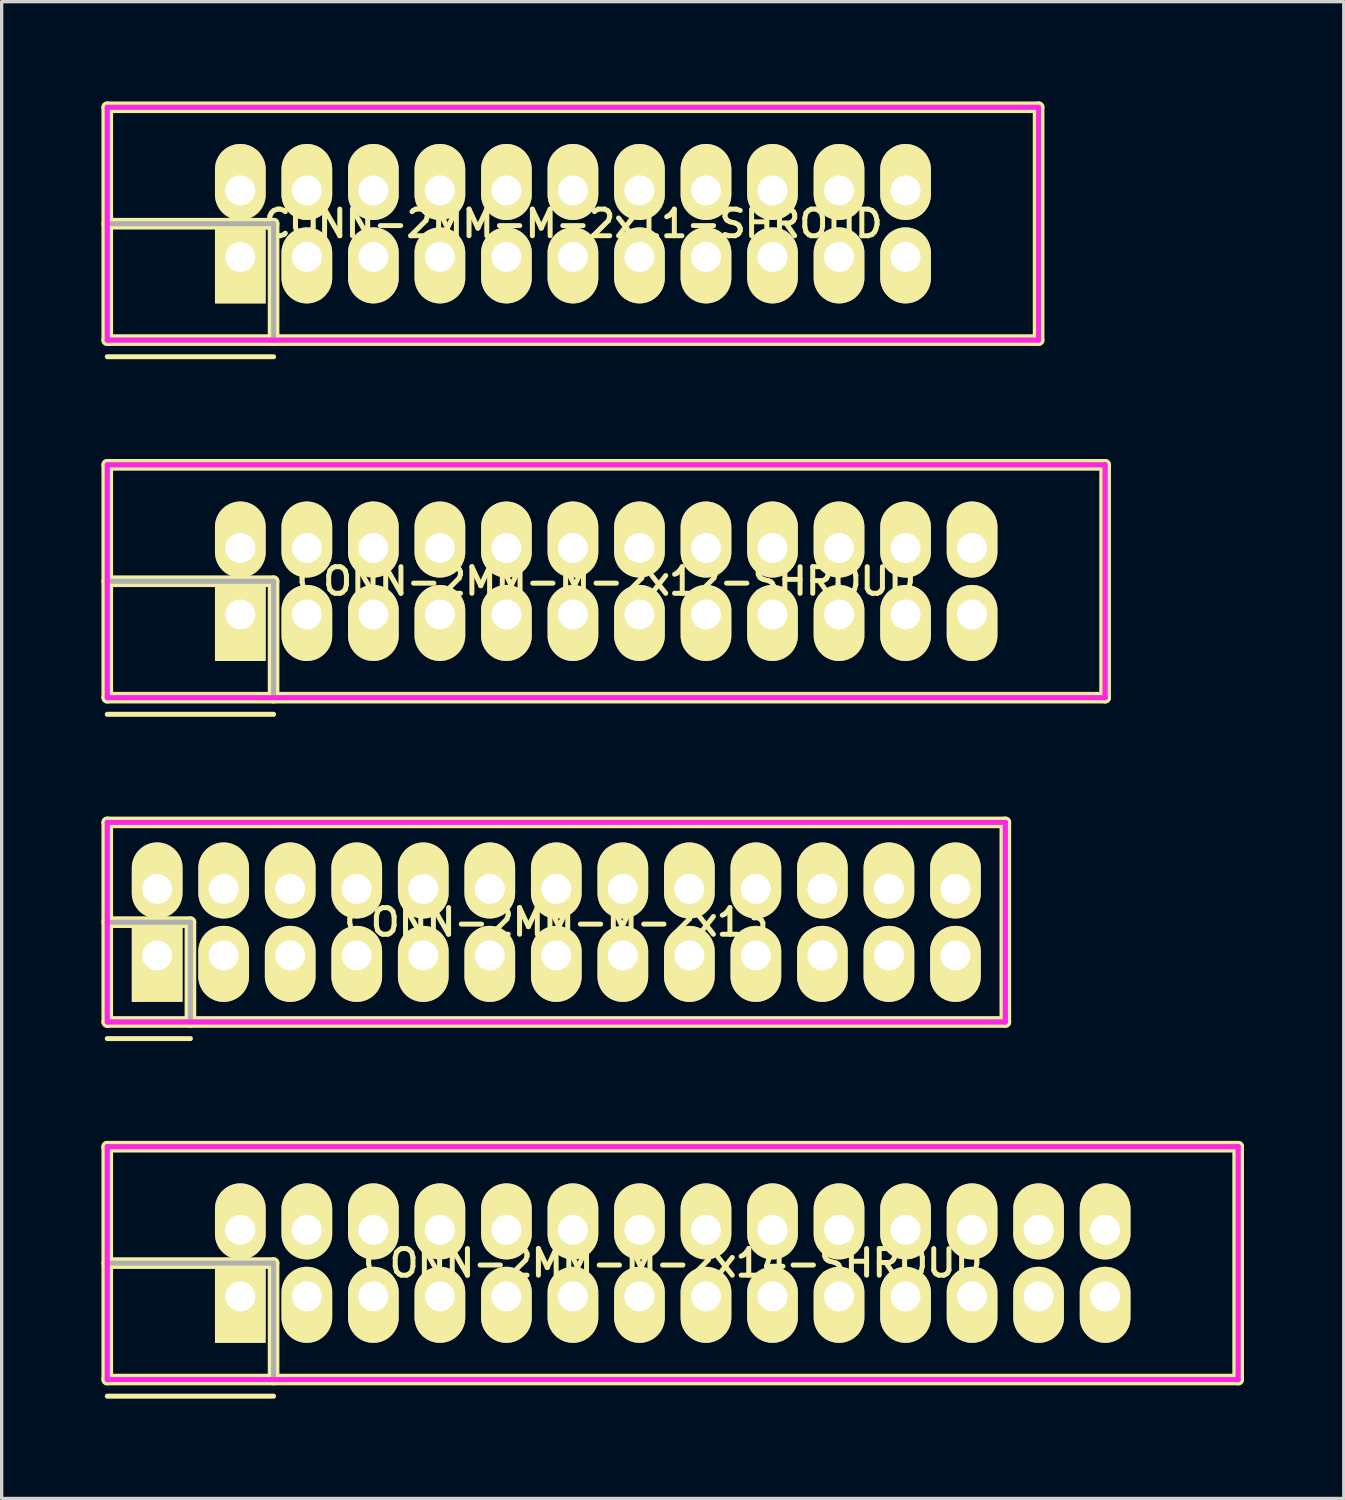
<source format=kicad_pcb>
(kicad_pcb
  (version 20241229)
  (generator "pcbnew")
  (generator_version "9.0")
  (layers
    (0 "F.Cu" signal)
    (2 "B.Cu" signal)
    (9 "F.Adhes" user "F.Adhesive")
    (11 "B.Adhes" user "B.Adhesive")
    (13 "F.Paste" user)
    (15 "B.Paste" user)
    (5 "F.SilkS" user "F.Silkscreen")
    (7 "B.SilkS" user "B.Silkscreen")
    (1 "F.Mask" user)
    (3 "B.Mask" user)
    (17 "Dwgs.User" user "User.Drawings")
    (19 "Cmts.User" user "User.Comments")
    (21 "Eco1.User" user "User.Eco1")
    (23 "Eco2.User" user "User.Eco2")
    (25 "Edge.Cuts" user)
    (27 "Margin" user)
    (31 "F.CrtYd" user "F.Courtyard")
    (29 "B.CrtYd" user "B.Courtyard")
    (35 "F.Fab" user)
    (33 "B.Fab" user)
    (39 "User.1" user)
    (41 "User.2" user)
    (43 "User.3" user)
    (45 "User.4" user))
  (footprint "CONN-2MM-M-2x11-SHROUD"
    (layer "F.Cu")
    (at 14.175 3.675)
    (property "Reference" "CONN-2MM-M-2x11-SHROUD" (at 0 0 0) (layer "F.SilkS") (effects (font (size 0.8 0.8) (thickness 0.15))))
    (attr through_hole)
    (fp_line (start -14 -3.5) (end 14 -3.5) (stroke (width 0.35) (type solid)) (layer "F.SilkS"))
    (fp_line (start -14 0) (end -9 0) (stroke (width 0.35) (type solid)) (layer "F.SilkS"))
    (fp_line (start -14 3.5) (end -14 -3.5) (stroke (width 0.35) (type solid)) (layer "F.SilkS"))
    (fp_line (start -14 4) (end -9 4) (stroke (width 0.15) (type solid)) (layer "F.SilkS"))
    (fp_line (start -9 0) (end -9 3.5) (stroke (width 0.35) (type solid)) (layer "F.SilkS"))
    (fp_line (start 14 -3.5) (end 14 3.5) (stroke (width 0.35) (type solid)) (layer "F.SilkS"))
    (fp_line (start 14 3.5) (end -14 3.5) (stroke (width 0.35) (type solid)) (layer "F.SilkS"))
    (fp_line (start -14 -3.5) (end 14 -3.5) (stroke (width 0.15) (type solid)) (layer "F.CrtYd"))
    (fp_line (start -14 3.5) (end -14 -3.5) (stroke (width 0.15) (type solid)) (layer "F.CrtYd"))
    (fp_line (start 14 -3.5) (end 14 3.5) (stroke (width 0.15) (type solid)) (layer "F.CrtYd"))
    (fp_line (start 14 3.5) (end -14 3.5) (stroke (width 0.15) (type solid)) (layer "F.CrtYd"))
    (fp_line (start -14 -3.5) (end 14 -3.5) (stroke (width 0.15) (type solid)) (layer "F.Fab"))
    (fp_line (start -14 0) (end -9 0) (stroke (width 0.15) (type solid)) (layer "F.Fab"))
    (fp_line (start -14 3.5) (end -14 -3.5) (stroke (width 0.15) (type solid)) (layer "F.Fab"))
    (fp_line (start -9 0) (end -9 3.5) (stroke (width 0.15) (type solid)) (layer "F.Fab"))
    (fp_line (start 14 -3.5) (end 14 3.5) (stroke (width 0.15) (type solid)) (layer "F.Fab"))
    (fp_line (start 14 3.5) (end -14 3.5) (stroke (width 0.15) (type solid)) (layer "F.Fab"))
    (pad "1" thru_hole rect (at -10 1) (size 1.524 2.286) (drill 0.9 (offset 0 0.254)) (layers "*.Cu" "*.Mask" "F.SilkS"))
    (pad "2" thru_hole oval (at -10 -1) (size 1.524 2.286) (drill 0.9 (offset 0 -0.254)) (layers "*.Cu" "*.Mask" "F.SilkS"))
    (pad "3" thru_hole oval (at -8 1) (size 1.524 2.286) (drill 0.9 (offset 0 0.254)) (layers "*.Cu" "*.Mask" "F.SilkS"))
    (pad "4" thru_hole oval (at -8 -1) (size 1.524 2.286) (drill 0.9 (offset 0 -0.254)) (layers "*.Cu" "*.Mask" "F.SilkS"))
    (pad "5" thru_hole oval (at -6 1) (size 1.524 2.286) (drill 0.9 (offset 0 0.254)) (layers "*.Cu" "*.Mask" "F.SilkS"))
    (pad "6" thru_hole oval (at -6 -1) (size 1.524 2.286) (drill 0.9 (offset 0 -0.254)) (layers "*.Cu" "*.Mask" "F.SilkS"))
    (pad "7" thru_hole oval (at -4 1) (size 1.524 2.286) (drill 0.9 (offset 0 0.254)) (layers "*.Cu" "*.Mask" "F.SilkS"))
    (pad "8" thru_hole oval (at -4 -1) (size 1.524 2.286) (drill 0.9 (offset 0 -0.254)) (layers "*.Cu" "*.Mask" "F.SilkS"))
    (pad "9" thru_hole oval (at -2 1) (size 1.524 2.286) (drill 0.9 (offset 0 0.254)) (layers "*.Cu" "*.Mask" "F.SilkS"))
    (pad "10" thru_hole oval (at -2 -1) (size 1.524 2.286) (drill 0.9 (offset 0 -0.254)) (layers "*.Cu" "*.Mask" "F.SilkS"))
    (pad "11" thru_hole oval (at 0 1) (size 1.524 2.286) (drill 0.9 (offset 0 0.254)) (layers "*.Cu" "*.Mask" "F.SilkS"))
    (pad "12" thru_hole oval (at 0 -1) (size 1.524 2.286) (drill 0.9 (offset 0 -0.254)) (layers "*.Cu" "*.Mask" "F.SilkS"))
    (pad "13" thru_hole oval (at 2 1) (size 1.524 2.286) (drill 0.9 (offset 0 0.254)) (layers "*.Cu" "*.Mask" "F.SilkS"))
    (pad "14" thru_hole oval (at 2 -1) (size 1.524 2.286) (drill 0.9 (offset 0 -0.254)) (layers "*.Cu" "*.Mask" "F.SilkS"))
    (pad "15" thru_hole oval (at 4 1) (size 1.524 2.286) (drill 0.9 (offset 0 0.254)) (layers "*.Cu" "*.Mask" "F.SilkS"))
    (pad "16" thru_hole oval (at 4 -1) (size 1.524 2.286) (drill 0.9 (offset 0 -0.254)) (layers "*.Cu" "*.Mask" "F.SilkS"))
    (pad "17" thru_hole oval (at 6 1) (size 1.524 2.286) (drill 0.9 (offset 0 0.254)) (layers "*.Cu" "*.Mask" "F.SilkS"))
    (pad "18" thru_hole oval (at 6 -1) (size 1.524 2.286) (drill 0.9 (offset 0 -0.254)) (layers "*.Cu" "*.Mask" "F.SilkS"))
    (pad "19" thru_hole oval (at 8 1) (size 1.524 2.286) (drill 0.9 (offset 0 0.254)) (layers "*.Cu" "*.Mask" "F.SilkS"))
    (pad "20" thru_hole oval (at 8 -1) (size 1.524 2.286) (drill 0.9 (offset 0 -0.254)) (layers "*.Cu" "*.Mask" "F.SilkS"))
    (pad "21" thru_hole oval (at 10 1) (size 1.524 2.286) (drill 0.9 (offset 0 0.254)) (layers "*.Cu" "*.Mask" "F.SilkS"))
    (pad "22" thru_hole oval (at 10 -1) (size 1.524 2.286) (drill 0.9 (offset 0 -0.254)) (layers "*.Cu" "*.Mask" "F.SilkS")))
  (footprint "CONN-2MM-M-2x12-SHROUD"
    (layer "F.Cu")
    (at 15.175 14.425)
    (property "Reference" "CONN-2MM-M-2x12-SHROUD" (at 0 0 0) (layer "F.SilkS") (effects (font (size 0.8 0.8) (thickness 0.15))))
    (attr through_hole)
    (fp_line (start -15 -3.5) (end 15 -3.5) (stroke (width 0.35) (type solid)) (layer "F.SilkS"))
    (fp_line (start -15 0) (end -10 0) (stroke (width 0.35) (type solid)) (layer "F.SilkS"))
    (fp_line (start -15 3.5) (end -15 -3.5) (stroke (width 0.35) (type solid)) (layer "F.SilkS"))
    (fp_line (start -15 4) (end -10 4) (stroke (width 0.15) (type solid)) (layer "F.SilkS"))
    (fp_line (start -10 0) (end -10 3.5) (stroke (width 0.35) (type solid)) (layer "F.SilkS"))
    (fp_line (start 15 -3.5) (end 15 3.5) (stroke (width 0.35) (type solid)) (layer "F.SilkS"))
    (fp_line (start 15 3.5) (end -15 3.5) (stroke (width 0.35) (type solid)) (layer "F.SilkS"))
    (fp_line (start -15 -3.5) (end 15 -3.5) (stroke (width 0.15) (type solid)) (layer "F.CrtYd"))
    (fp_line (start -15 3.5) (end -15 -3.5) (stroke (width 0.15) (type solid)) (layer "F.CrtYd"))
    (fp_line (start 15 -3.5) (end 15 3.5) (stroke (width 0.15) (type solid)) (layer "F.CrtYd"))
    (fp_line (start 15 3.5) (end -15 3.5) (stroke (width 0.15) (type solid)) (layer "F.CrtYd"))
    (fp_line (start -15 -3.5) (end 15 -3.5) (stroke (width 0.15) (type solid)) (layer "F.Fab"))
    (fp_line (start -15 0) (end -10 0) (stroke (width 0.15) (type solid)) (layer "F.Fab"))
    (fp_line (start -15 3.5) (end -15 -3.5) (stroke (width 0.15) (type solid)) (layer "F.Fab"))
    (fp_line (start -10 0) (end -10 3.5) (stroke (width 0.15) (type solid)) (layer "F.Fab"))
    (fp_line (start 15 -3.5) (end 15 3.5) (stroke (width 0.15) (type solid)) (layer "F.Fab"))
    (fp_line (start 15 3.5) (end -15 3.5) (stroke (width 0.15) (type solid)) (layer "F.Fab"))
    (pad "1" thru_hole rect (at -11 1) (size 1.524 2.286) (drill 0.9 (offset 0 0.254)) (layers "*.Cu" "*.Mask" "F.SilkS"))
    (pad "2" thru_hole oval (at -11 -1) (size 1.524 2.286) (drill 0.9 (offset 0 -0.254)) (layers "*.Cu" "*.Mask" "F.SilkS"))
    (pad "3" thru_hole oval (at -9 1) (size 1.524 2.286) (drill 0.9 (offset 0 0.254)) (layers "*.Cu" "*.Mask" "F.SilkS"))
    (pad "4" thru_hole oval (at -9 -1) (size 1.524 2.286) (drill 0.9 (offset 0 -0.254)) (layers "*.Cu" "*.Mask" "F.SilkS"))
    (pad "5" thru_hole oval (at -7 1) (size 1.524 2.286) (drill 0.9 (offset 0 0.254)) (layers "*.Cu" "*.Mask" "F.SilkS"))
    (pad "6" thru_hole oval (at -7 -1) (size 1.524 2.286) (drill 0.9 (offset 0 -0.254)) (layers "*.Cu" "*.Mask" "F.SilkS"))
    (pad "7" thru_hole oval (at -5 1) (size 1.524 2.286) (drill 0.9 (offset 0 0.254)) (layers "*.Cu" "*.Mask" "F.SilkS"))
    (pad "8" thru_hole oval (at -5 -1) (size 1.524 2.286) (drill 0.9 (offset 0 -0.254)) (layers "*.Cu" "*.Mask" "F.SilkS"))
    (pad "9" thru_hole oval (at -3 1) (size 1.524 2.286) (drill 0.9 (offset 0 0.254)) (layers "*.Cu" "*.Mask" "F.SilkS"))
    (pad "10" thru_hole oval (at -3 -1) (size 1.524 2.286) (drill 0.9 (offset 0 -0.254)) (layers "*.Cu" "*.Mask" "F.SilkS"))
    (pad "11" thru_hole oval (at -1 1) (size 1.524 2.286) (drill 0.9 (offset 0 0.254)) (layers "*.Cu" "*.Mask" "F.SilkS"))
    (pad "12" thru_hole oval (at -1 -1) (size 1.524 2.286) (drill 0.9 (offset 0 -0.254)) (layers "*.Cu" "*.Mask" "F.SilkS"))
    (pad "13" thru_hole oval (at 1 1) (size 1.524 2.286) (drill 0.9 (offset 0 0.254)) (layers "*.Cu" "*.Mask" "F.SilkS"))
    (pad "14" thru_hole oval (at 1 -1) (size 1.524 2.286) (drill 0.9 (offset 0 -0.254)) (layers "*.Cu" "*.Mask" "F.SilkS"))
    (pad "15" thru_hole oval (at 3 1) (size 1.524 2.286) (drill 0.9 (offset 0 0.254)) (layers "*.Cu" "*.Mask" "F.SilkS"))
    (pad "16" thru_hole oval (at 3 -1) (size 1.524 2.286) (drill 0.9 (offset 0 -0.254)) (layers "*.Cu" "*.Mask" "F.SilkS"))
    (pad "17" thru_hole oval (at 5 1) (size 1.524 2.286) (drill 0.9 (offset 0 0.254)) (layers "*.Cu" "*.Mask" "F.SilkS"))
    (pad "18" thru_hole oval (at 5 -1) (size 1.524 2.286) (drill 0.9 (offset 0 -0.254)) (layers "*.Cu" "*.Mask" "F.SilkS"))
    (pad "19" thru_hole oval (at 7 1) (size 1.524 2.286) (drill 0.9 (offset 0 0.254)) (layers "*.Cu" "*.Mask" "F.SilkS"))
    (pad "20" thru_hole oval (at 7 -1) (size 1.524 2.286) (drill 0.9 (offset 0 -0.254)) (layers "*.Cu" "*.Mask" "F.SilkS"))
    (pad "21" thru_hole oval (at 9 1) (size 1.524 2.286) (drill 0.9 (offset 0 0.254)) (layers "*.Cu" "*.Mask" "F.SilkS"))
    (pad "22" thru_hole oval (at 9 -1) (size 1.524 2.286) (drill 0.9 (offset 0 -0.254)) (layers "*.Cu" "*.Mask" "F.SilkS"))
    (pad "23" thru_hole oval (at 11 1) (size 1.524 2.286) (drill 0.9 (offset 0 0.254)) (layers "*.Cu" "*.Mask" "F.SilkS"))
    (pad "24" thru_hole oval (at 11 -1) (size 1.524 2.286) (drill 0.9 (offset 0 -0.254)) (layers "*.Cu" "*.Mask" "F.SilkS")))
  (footprint "CONN-2MM-M-2x13"
    (layer "F.Cu")
    (at 13.675 24.675)
    (property "Reference" "CONN-2MM-M-2x13" (at 0 0 0) (layer "F.SilkS") (effects (font (size 0.8 0.8) (thickness 0.15))))
    (attr through_hole)
    (fp_line (start -13.5 -3) (end 13.5 -3) (stroke (width 0.35) (type solid)) (layer "F.SilkS"))
    (fp_line (start -13.5 0) (end -11 0) (stroke (width 0.35) (type solid)) (layer "F.SilkS"))
    (fp_line (start -13.5 3) (end -13.5 -3) (stroke (width 0.35) (type solid)) (layer "F.SilkS"))
    (fp_line (start -13.5 3.5) (end -11 3.5) (stroke (width 0.15) (type solid)) (layer "F.SilkS"))
    (fp_line (start -11 0) (end -11 3) (stroke (width 0.35) (type solid)) (layer "F.SilkS"))
    (fp_line (start 13.5 -3) (end 13.5 3) (stroke (width 0.35) (type solid)) (layer "F.SilkS"))
    (fp_line (start 13.5 3) (end -13.5 3) (stroke (width 0.35) (type solid)) (layer "F.SilkS"))
    (fp_line (start -13.5 -3) (end 13.5 -3) (stroke (width 0.15) (type solid)) (layer "F.CrtYd"))
    (fp_line (start -13.5 3) (end -13.5 -3) (stroke (width 0.15) (type solid)) (layer "F.CrtYd"))
    (fp_line (start 13.5 -3) (end 13.5 3) (stroke (width 0.15) (type solid)) (layer "F.CrtYd"))
    (fp_line (start 13.5 3) (end -13.5 3) (stroke (width 0.15) (type solid)) (layer "F.CrtYd"))
    (fp_line (start -13.5 -3) (end 13.5 -3) (stroke (width 0.15) (type solid)) (layer "F.Fab"))
    (fp_line (start -13.5 0) (end -11 0) (stroke (width 0.15) (type solid)) (layer "F.Fab"))
    (fp_line (start -13.5 3) (end -13.5 -3) (stroke (width 0.15) (type solid)) (layer "F.Fab"))
    (fp_line (start -11 0) (end -11 3) (stroke (width 0.15) (type solid)) (layer "F.Fab"))
    (fp_line (start 13.5 -3) (end 13.5 3) (stroke (width 0.15) (type solid)) (layer "F.Fab"))
    (fp_line (start 13.5 3) (end -13.5 3) (stroke (width 0.15) (type solid)) (layer "F.Fab"))
    (pad "1" thru_hole rect (at -12 1) (size 1.524 2.286) (drill 0.9 (offset 0 0.254)) (layers "*.Cu" "*.Mask" "F.SilkS"))
    (pad "2" thru_hole oval (at -12 -1) (size 1.524 2.286) (drill 0.9 (offset 0 -0.254)) (layers "*.Cu" "*.Mask" "F.SilkS"))
    (pad "3" thru_hole oval (at -10 1) (size 1.524 2.286) (drill 0.9 (offset 0 0.254)) (layers "*.Cu" "*.Mask" "F.SilkS"))
    (pad "4" thru_hole oval (at -10 -1) (size 1.524 2.286) (drill 0.9 (offset 0 -0.254)) (layers "*.Cu" "*.Mask" "F.SilkS"))
    (pad "5" thru_hole oval (at -8 1) (size 1.524 2.286) (drill 0.9 (offset 0 0.254)) (layers "*.Cu" "*.Mask" "F.SilkS"))
    (pad "6" thru_hole oval (at -8 -1) (size 1.524 2.286) (drill 0.9 (offset 0 -0.254)) (layers "*.Cu" "*.Mask" "F.SilkS"))
    (pad "7" thru_hole oval (at -6 1) (size 1.524 2.286) (drill 0.9 (offset 0 0.254)) (layers "*.Cu" "*.Mask" "F.SilkS"))
    (pad "8" thru_hole oval (at -6 -1) (size 1.524 2.286) (drill 0.9 (offset 0 -0.254)) (layers "*.Cu" "*.Mask" "F.SilkS"))
    (pad "9" thru_hole oval (at -4 1) (size 1.524 2.286) (drill 0.9 (offset 0 0.254)) (layers "*.Cu" "*.Mask" "F.SilkS"))
    (pad "10" thru_hole oval (at -4 -1) (size 1.524 2.286) (drill 0.9 (offset 0 -0.254)) (layers "*.Cu" "*.Mask" "F.SilkS"))
    (pad "11" thru_hole oval (at -2 1) (size 1.524 2.286) (drill 0.9 (offset 0 0.254)) (layers "*.Cu" "*.Mask" "F.SilkS"))
    (pad "12" thru_hole oval (at -2 -1) (size 1.524 2.286) (drill 0.9 (offset 0 -0.254)) (layers "*.Cu" "*.Mask" "F.SilkS"))
    (pad "13" thru_hole oval (at 0 1) (size 1.524 2.286) (drill 0.9 (offset 0 0.254)) (layers "*.Cu" "*.Mask" "F.SilkS"))
    (pad "14" thru_hole oval (at 0 -1) (size 1.524 2.286) (drill 0.9 (offset 0 -0.254)) (layers "*.Cu" "*.Mask" "F.SilkS"))
    (pad "15" thru_hole oval (at 2 1) (size 1.524 2.286) (drill 0.9 (offset 0 0.254)) (layers "*.Cu" "*.Mask" "F.SilkS"))
    (pad "16" thru_hole oval (at 2 -1) (size 1.524 2.286) (drill 0.9 (offset 0 -0.254)) (layers "*.Cu" "*.Mask" "F.SilkS"))
    (pad "17" thru_hole oval (at 4 1) (size 1.524 2.286) (drill 0.9 (offset 0 0.254)) (layers "*.Cu" "*.Mask" "F.SilkS"))
    (pad "18" thru_hole oval (at 4 -1) (size 1.524 2.286) (drill 0.9 (offset 0 -0.254)) (layers "*.Cu" "*.Mask" "F.SilkS"))
    (pad "19" thru_hole oval (at 6 1) (size 1.524 2.286) (drill 0.9 (offset 0 0.254)) (layers "*.Cu" "*.Mask" "F.SilkS"))
    (pad "20" thru_hole oval (at 6 -1) (size 1.524 2.286) (drill 0.9 (offset 0 -0.254)) (layers "*.Cu" "*.Mask" "F.SilkS"))
    (pad "21" thru_hole oval (at 8 1) (size 1.524 2.286) (drill 0.9 (offset 0 0.254)) (layers "*.Cu" "*.Mask" "F.SilkS"))
    (pad "22" thru_hole oval (at 8 -1) (size 1.524 2.286) (drill 0.9 (offset 0 -0.254)) (layers "*.Cu" "*.Mask" "F.SilkS"))
    (pad "23" thru_hole oval (at 10 1) (size 1.524 2.286) (drill 0.9 (offset 0 0.254)) (layers "*.Cu" "*.Mask" "F.SilkS"))
    (pad "24" thru_hole oval (at 10 -1) (size 1.524 2.286) (drill 0.9 (offset 0 -0.254)) (layers "*.Cu" "*.Mask" "F.SilkS"))
    (pad "25" thru_hole oval (at 12 1) (size 1.524 2.286) (drill 0.9 (offset 0 0.254)) (layers "*.Cu" "*.Mask" "F.SilkS"))
    (pad "26" thru_hole oval (at 12 -1) (size 1.524 2.286) (drill 0.9 (offset 0 -0.254)) (layers "*.Cu" "*.Mask" "F.SilkS")))
  (footprint "CONN-2MM-M-2x14-SHROUD"
    (layer "F.Cu")
    (at 17.175 34.925)
    (property "Reference" "CONN-2MM-M-2x14-SHROUD" (at 0 0 0) (layer "F.SilkS") (effects (font (size 0.8 0.8) (thickness 0.15))))
    (attr through_hole)
    (fp_line (start -17 -3.5) (end 17 -3.5) (stroke (width 0.35) (type solid)) (layer "F.SilkS"))
    (fp_line (start -17 0) (end -12 0) (stroke (width 0.35) (type solid)) (layer "F.SilkS"))
    (fp_line (start -17 3.5) (end -17 -3.5) (stroke (width 0.35) (type solid)) (layer "F.SilkS"))
    (fp_line (start -17 4) (end -12 4) (stroke (width 0.15) (type solid)) (layer "F.SilkS"))
    (fp_line (start -12 0) (end -12 3.5) (stroke (width 0.35) (type solid)) (layer "F.SilkS"))
    (fp_line (start 17 -3.5) (end 17 3.5) (stroke (width 0.35) (type solid)) (layer "F.SilkS"))
    (fp_line (start 17 3.5) (end -17 3.5) (stroke (width 0.35) (type solid)) (layer "F.SilkS"))
    (fp_line (start -17 -3.5) (end 17 -3.5) (stroke (width 0.15) (type solid)) (layer "F.CrtYd"))
    (fp_line (start -17 3.5) (end -17 -3.5) (stroke (width 0.15) (type solid)) (layer "F.CrtYd"))
    (fp_line (start 17 -3.5) (end 17 3.5) (stroke (width 0.15) (type solid)) (layer "F.CrtYd"))
    (fp_line (start 17 3.5) (end -17 3.5) (stroke (width 0.15) (type solid)) (layer "F.CrtYd"))
    (fp_line (start -17 -3.5) (end 17 -3.5) (stroke (width 0.15) (type solid)) (layer "F.Fab"))
    (fp_line (start -17 0) (end -12 0) (stroke (width 0.15) (type solid)) (layer "F.Fab"))
    (fp_line (start -17 3.5) (end -17 -3.5) (stroke (width 0.15) (type solid)) (layer "F.Fab"))
    (fp_line (start -12 0) (end -12 3.5) (stroke (width 0.15) (type solid)) (layer "F.Fab"))
    (fp_line (start 17 -3.5) (end 17 3.5) (stroke (width 0.15) (type solid)) (layer "F.Fab"))
    (fp_line (start 17 3.5) (end -17 3.5) (stroke (width 0.15) (type solid)) (layer "F.Fab"))
    (pad "1" thru_hole rect (at -13 1) (size 1.524 2.286) (drill 0.9 (offset 0 0.254)) (layers "*.Cu" "*.Mask" "F.SilkS"))
    (pad "2" thru_hole oval (at -13 -1) (size 1.524 2.286) (drill 0.9 (offset 0 -0.254)) (layers "*.Cu" "*.Mask" "F.SilkS"))
    (pad "3" thru_hole oval (at -11 1) (size 1.524 2.286) (drill 0.9 (offset 0 0.254)) (layers "*.Cu" "*.Mask" "F.SilkS"))
    (pad "4" thru_hole oval (at -11 -1) (size 1.524 2.286) (drill 0.9 (offset 0 -0.254)) (layers "*.Cu" "*.Mask" "F.SilkS"))
    (pad "5" thru_hole oval (at -9 1) (size 1.524 2.286) (drill 0.9 (offset 0 0.254)) (layers "*.Cu" "*.Mask" "F.SilkS"))
    (pad "6" thru_hole oval (at -9 -1) (size 1.524 2.286) (drill 0.9 (offset 0 -0.254)) (layers "*.Cu" "*.Mask" "F.SilkS"))
    (pad "7" thru_hole oval (at -7 1) (size 1.524 2.286) (drill 0.9 (offset 0 0.254)) (layers "*.Cu" "*.Mask" "F.SilkS"))
    (pad "8" thru_hole oval (at -7 -1) (size 1.524 2.286) (drill 0.9 (offset 0 -0.254)) (layers "*.Cu" "*.Mask" "F.SilkS"))
    (pad "9" thru_hole oval (at -5 1) (size 1.524 2.286) (drill 0.9 (offset 0 0.254)) (layers "*.Cu" "*.Mask" "F.SilkS"))
    (pad "10" thru_hole oval (at -5 -1) (size 1.524 2.286) (drill 0.9 (offset 0 -0.254)) (layers "*.Cu" "*.Mask" "F.SilkS"))
    (pad "11" thru_hole oval (at -3 1) (size 1.524 2.286) (drill 0.9 (offset 0 0.254)) (layers "*.Cu" "*.Mask" "F.SilkS"))
    (pad "12" thru_hole oval (at -3 -1) (size 1.524 2.286) (drill 0.9 (offset 0 -0.254)) (layers "*.Cu" "*.Mask" "F.SilkS"))
    (pad "13" thru_hole oval (at -1 1) (size 1.524 2.286) (drill 0.9 (offset 0 0.254)) (layers "*.Cu" "*.Mask" "F.SilkS"))
    (pad "14" thru_hole oval (at -1 -1) (size 1.524 2.286) (drill 0.9 (offset 0 -0.254)) (layers "*.Cu" "*.Mask" "F.SilkS"))
    (pad "15" thru_hole oval (at 1 1) (size 1.524 2.286) (drill 0.9 (offset 0 0.254)) (layers "*.Cu" "*.Mask" "F.SilkS"))
    (pad "16" thru_hole oval (at 1 -1) (size 1.524 2.286) (drill 0.9 (offset 0 -0.254)) (layers "*.Cu" "*.Mask" "F.SilkS"))
    (pad "17" thru_hole oval (at 3 1) (size 1.524 2.286) (drill 0.9 (offset 0 0.254)) (layers "*.Cu" "*.Mask" "F.SilkS"))
    (pad "18" thru_hole oval (at 3 -1) (size 1.524 2.286) (drill 0.9 (offset 0 -0.254)) (layers "*.Cu" "*.Mask" "F.SilkS"))
    (pad "19" thru_hole oval (at 5 1) (size 1.524 2.286) (drill 0.9 (offset 0 0.254)) (layers "*.Cu" "*.Mask" "F.SilkS"))
    (pad "20" thru_hole oval (at 5 -1) (size 1.524 2.286) (drill 0.9 (offset 0 -0.254)) (layers "*.Cu" "*.Mask" "F.SilkS"))
    (pad "21" thru_hole oval (at 7 1) (size 1.524 2.286) (drill 0.9 (offset 0 0.254)) (layers "*.Cu" "*.Mask" "F.SilkS"))
    (pad "22" thru_hole oval (at 7 -1) (size 1.524 2.286) (drill 0.9 (offset 0 -0.254)) (layers "*.Cu" "*.Mask" "F.SilkS"))
    (pad "23" thru_hole oval (at 9 1) (size 1.524 2.286) (drill 0.9 (offset 0 0.254)) (layers "*.Cu" "*.Mask" "F.SilkS"))
    (pad "24" thru_hole oval (at 9 -1) (size 1.524 2.286) (drill 0.9 (offset 0 -0.254)) (layers "*.Cu" "*.Mask" "F.SilkS"))
    (pad "25" thru_hole oval (at 11 1) (size 1.524 2.286) (drill 0.9 (offset 0 0.254)) (layers "*.Cu" "*.Mask" "F.SilkS"))
    (pad "26" thru_hole oval (at 11 -1) (size 1.524 2.286) (drill 0.9 (offset 0 -0.254)) (layers "*.Cu" "*.Mask" "F.SilkS"))
    (pad "27" thru_hole oval (at 13 1) (size 1.524 2.286) (drill 0.9 (offset 0 0.254)) (layers "*.Cu" "*.Mask" "F.SilkS"))
    (pad "28" thru_hole oval (at 13 -1) (size 1.524 2.286) (drill 0.9 (offset 0 -0.254)) (layers "*.Cu" "*.Mask" "F.SilkS")))
  (gr_rect
    (start -3 -3)
    (end 37.35 42)
    (stroke (width 0.1) (type default))
    (fill no)
    (layer "Edge.Cuts")))
</source>
